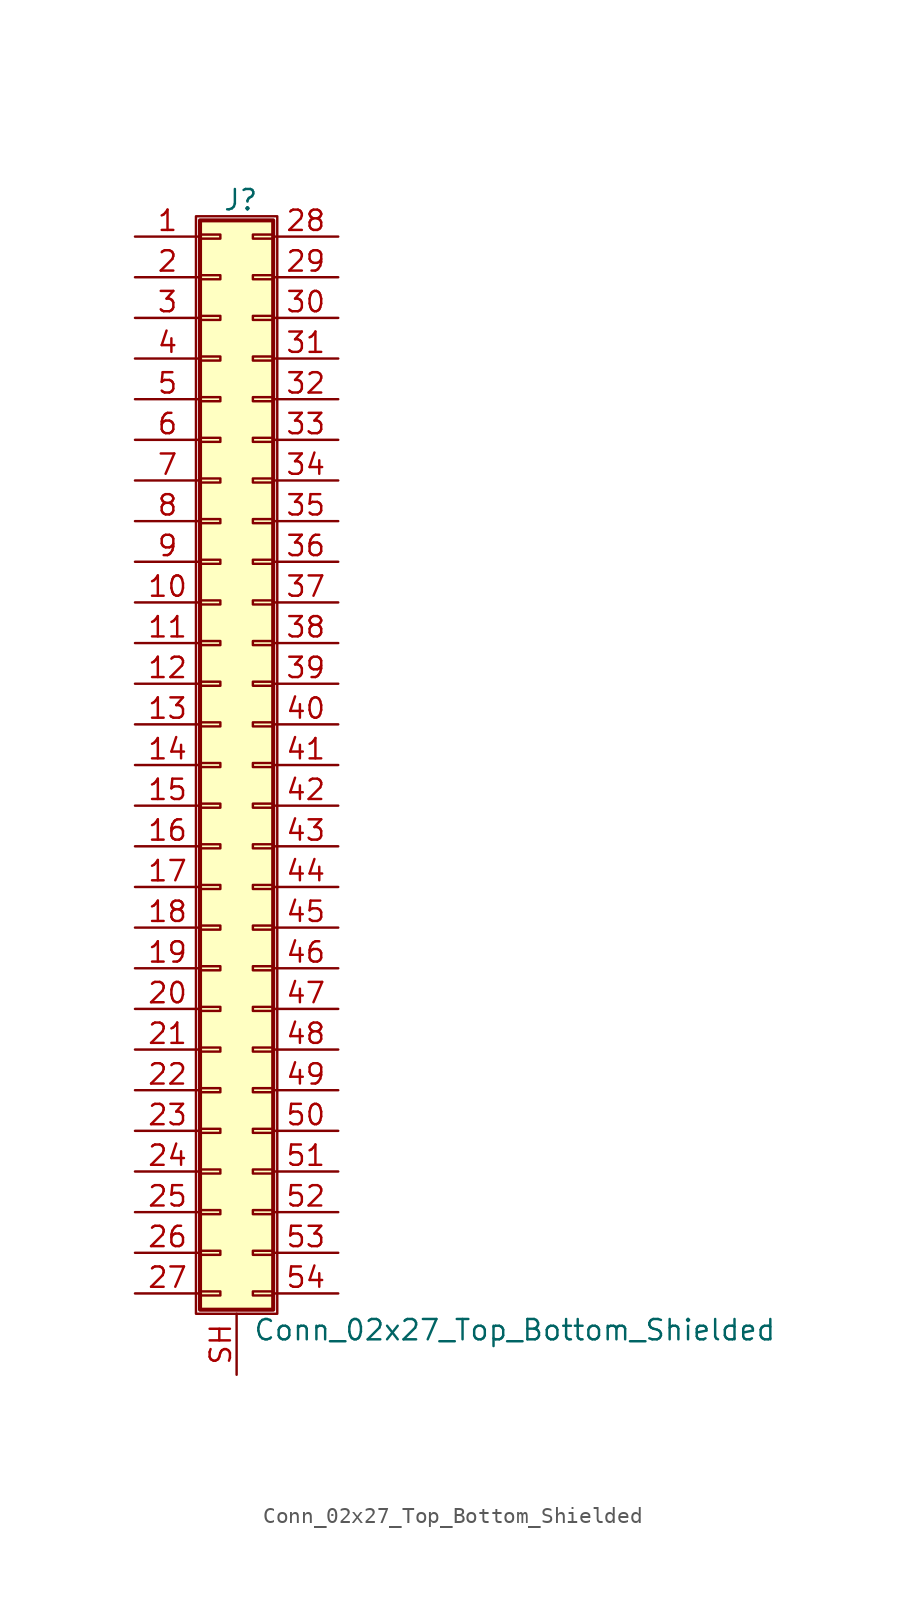
<source format=kicad_sym>
(kicad_symbol_lib
  (version 20201005)
  (generator kicad_symbol_editor)
  (symbol "Conn_02x27_Top_Bottom_Shielded"
    (pin_names
      (offset 1.016) hide)
    (property "Reference" "J"
      (at 1.524 35.306 0)
      (effects (font (size 1.27 1.27))))
    (property "Value" "Conn_02x27_Top_Bottom_Shielded"
      (at 2.286 -35.306 0)
      (effects (font (size 1.27 1.27)) (justify left)))
    (symbol "Conn_02x27_Top_Bottom_Shielded_1_1"
      (rectangle (start -1.27 34.29) (end 3.81 -34.29) (stroke (width 0.152)) (fill (type none)))
      (rectangle (start -1.016 -32.893) (end 0.254 -33.147) (stroke (width 0.152)) (fill (type none)))
      (rectangle (start -1.016 -30.353) (end 0.254 -30.607) (stroke (width 0.152)) (fill (type none)))
      (rectangle (start -1.016 -27.813) (end 0.254 -28.067) (stroke (width 0.152)) (fill (type none)))
      (rectangle (start -1.016 -25.273) (end 0.254 -25.527) (stroke (width 0.152)) (fill (type none)))
      (rectangle (start -1.016 -22.733) (end 0.254 -22.987) (stroke (width 0.152)) (fill (type none)))
      (rectangle (start -1.016 -20.193) (end 0.254 -20.447) (stroke (width 0.152)) (fill (type none)))
      (rectangle (start -1.016 -17.653) (end 0.254 -17.907) (stroke (width 0.152)) (fill (type none)))
      (rectangle (start -1.016 -15.113) (end 0.254 -15.367) (stroke (width 0.152)) (fill (type none)))
      (rectangle (start -1.016 -12.573) (end 0.254 -12.827) (stroke (width 0.152)) (fill (type none)))
      (rectangle (start -1.016 -10.033) (end 0.254 -10.287) (stroke (width 0.152)) (fill (type none)))
      (rectangle (start -1.016 -7.493) (end 0.254 -7.747) (stroke (width 0.152)) (fill (type none)))
      (rectangle (start -1.016 -4.953) (end 0.254 -5.207) (stroke (width 0.152)) (fill (type none)))
      (rectangle (start -1.016 -2.413) (end 0.254 -2.667) (stroke (width 0.152)) (fill (type none)))
      (rectangle (start -1.016 0.127) (end 0.254 -0.127) (stroke (width 0.152)) (fill (type none)))
      (rectangle (start -1.016 2.667) (end 0.254 2.413) (stroke (width 0.152)) (fill (type none)))
      (rectangle (start -1.016 5.207) (end 0.254 4.953) (stroke (width 0.152)) (fill (type none)))
      (rectangle (start -1.016 7.747) (end 0.254 7.493) (stroke (width 0.152)) (fill (type none)))
      (rectangle (start -1.016 10.287) (end 0.254 10.033) (stroke (width 0.152)) (fill (type none)))
      (rectangle (start -1.016 12.827) (end 0.254 12.573) (stroke (width 0.152)) (fill (type none)))
      (rectangle (start -1.016 15.367) (end 0.254 15.113) (stroke (width 0.152)) (fill (type none)))
      (rectangle (start -1.016 17.907) (end 0.254 17.653) (stroke (width 0.152)) (fill (type none)))
      (rectangle (start -1.016 20.447) (end 0.254 20.193) (stroke (width 0.152)) (fill (type none)))
      (rectangle (start -1.016 22.987) (end 0.254 22.733) (stroke (width 0.152)) (fill (type none)))
      (rectangle (start -1.016 25.527) (end 0.254 25.273) (stroke (width 0.152)) (fill (type none)))
      (rectangle (start -1.016 28.067) (end 0.254 27.813) (stroke (width 0.152)) (fill (type none)))
      (rectangle (start -1.016 30.607) (end 0.254 30.353) (stroke (width 0.152)) (fill (type none)))
      (rectangle (start -1.016 33.147) (end 0.254 32.893) (stroke (width 0.152)) (fill (type none)))
      (rectangle (start -1.016 34.036) (end 3.556 -34.036) (stroke (width 0.254)) (fill (type background)))
      (rectangle (start 3.556 -32.893) (end 2.286 -33.147) (stroke (width 0.152)) (fill (type none)))
      (rectangle (start 3.556 -30.353) (end 2.286 -30.607) (stroke (width 0.152)) (fill (type none)))
      (rectangle (start 3.556 -27.813) (end 2.286 -28.067) (stroke (width 0.152)) (fill (type none)))
      (rectangle (start 3.556 -25.273) (end 2.286 -25.527) (stroke (width 0.152)) (fill (type none)))
      (rectangle (start 3.556 -22.733) (end 2.286 -22.987) (stroke (width 0.152)) (fill (type none)))
      (rectangle (start 3.556 -20.193) (end 2.286 -20.447) (stroke (width 0.152)) (fill (type none)))
      (rectangle (start 3.556 -17.653) (end 2.286 -17.907) (stroke (width 0.152)) (fill (type none)))
      (rectangle (start 3.556 -15.113) (end 2.286 -15.367) (stroke (width 0.152)) (fill (type none)))
      (rectangle (start 3.556 -12.573) (end 2.286 -12.827) (stroke (width 0.152)) (fill (type none)))
      (rectangle (start 3.556 -10.033) (end 2.286 -10.287) (stroke (width 0.152)) (fill (type none)))
      (rectangle (start 3.556 -7.493) (end 2.286 -7.747) (stroke (width 0.152)) (fill (type none)))
      (rectangle (start 3.556 -4.953) (end 2.286 -5.207) (stroke (width 0.152)) (fill (type none)))
      (rectangle (start 3.556 -2.413) (end 2.286 -2.667) (stroke (width 0.152)) (fill (type none)))
      (rectangle (start 3.556 0.127) (end 2.286 -0.127) (stroke (width 0.152)) (fill (type none)))
      (rectangle (start 3.556 2.667) (end 2.286 2.413) (stroke (width 0.152)) (fill (type none)))
      (rectangle (start 3.556 5.207) (end 2.286 4.953) (stroke (width 0.152)) (fill (type none)))
      (rectangle (start 3.556 7.747) (end 2.286 7.493) (stroke (width 0.152)) (fill (type none)))
      (rectangle (start 3.556 10.287) (end 2.286 10.033) (stroke (width 0.152)) (fill (type none)))
      (rectangle (start 3.556 12.827) (end 2.286 12.573) (stroke (width 0.152)) (fill (type none)))
      (rectangle (start 3.556 15.367) (end 2.286 15.113) (stroke (width 0.152)) (fill (type none)))
      (rectangle (start 3.556 17.907) (end 2.286 17.653) (stroke (width 0.152)) (fill (type none)))
      (rectangle (start 3.556 20.447) (end 2.286 20.193) (stroke (width 0.152)) (fill (type none)))
      (rectangle (start 3.556 22.987) (end 2.286 22.733) (stroke (width 0.152)) (fill (type none)))
      (rectangle (start 3.556 25.527) (end 2.286 25.273) (stroke (width 0.152)) (fill (type none)))
      (rectangle (start 3.556 28.067) (end 2.286 27.813) (stroke (width 0.152)) (fill (type none)))
      (rectangle (start 3.556 30.607) (end 2.286 30.353) (stroke (width 0.152)) (fill (type none)))
      (rectangle (start 3.556 33.147) (end 2.286 32.893) (stroke (width 0.152)) (fill (type none)))
      (pin passive line (at -5.08 33.02 0) (length 4.064) (name "Pin_1" (effects (font (size 1.27 1.27)))) (number "1" (effects (font (size 1.27 1.27)))))
      (pin passive line (at -5.08 10.16 0) (length 4.064) (name "Pin_10" (effects (font (size 1.27 1.27)))) (number "10" (effects (font (size 1.27 1.27)))))
      (pin passive line (at -5.08 7.62 0) (length 4.064) (name "Pin_11" (effects (font (size 1.27 1.27)))) (number "11" (effects (font (size 1.27 1.27)))))
      (pin passive line (at -5.08 5.08 0) (length 4.064) (name "Pin_12" (effects (font (size 1.27 1.27)))) (number "12" (effects (font (size 1.27 1.27)))))
      (pin passive line (at -5.08 2.54 0) (length 4.064) (name "Pin_13" (effects (font (size 1.27 1.27)))) (number "13" (effects (font (size 1.27 1.27)))))
      (pin passive line (at -5.08 0 0) (length 4.064) (name "Pin_14" (effects (font (size 1.27 1.27)))) (number "14" (effects (font (size 1.27 1.27)))))
      (pin passive line (at -5.08 -2.54 0) (length 4.064) (name "Pin_15" (effects (font (size 1.27 1.27)))) (number "15" (effects (font (size 1.27 1.27)))))
      (pin passive line (at -5.08 -5.08 0) (length 4.064) (name "Pin_16" (effects (font (size 1.27 1.27)))) (number "16" (effects (font (size 1.27 1.27)))))
      (pin passive line (at -5.08 -7.62 0) (length 4.064) (name "Pin_17" (effects (font (size 1.27 1.27)))) (number "17" (effects (font (size 1.27 1.27)))))
      (pin passive line (at -5.08 -10.16 0) (length 4.064) (name "Pin_18" (effects (font (size 1.27 1.27)))) (number "18" (effects (font (size 1.27 1.27)))))
      (pin passive line (at -5.08 -12.7 0) (length 4.064) (name "Pin_19" (effects (font (size 1.27 1.27)))) (number "19" (effects (font (size 1.27 1.27)))))
      (pin passive line (at -5.08 30.48 0) (length 4.064) (name "Pin_2" (effects (font (size 1.27 1.27)))) (number "2" (effects (font (size 1.27 1.27)))))
      (pin passive line (at -5.08 -15.24 0) (length 4.064) (name "Pin_20" (effects (font (size 1.27 1.27)))) (number "20" (effects (font (size 1.27 1.27)))))
      (pin passive line (at -5.08 -17.78 0) (length 4.064) (name "Pin_21" (effects (font (size 1.27 1.27)))) (number "21" (effects (font (size 1.27 1.27)))))
      (pin passive line (at -5.08 -20.32 0) (length 4.064) (name "Pin_22" (effects (font (size 1.27 1.27)))) (number "22" (effects (font (size 1.27 1.27)))))
      (pin passive line (at -5.08 -22.86 0) (length 4.064) (name "Pin_23" (effects (font (size 1.27 1.27)))) (number "23" (effects (font (size 1.27 1.27)))))
      (pin passive line (at -5.08 -25.4 0) (length 4.064) (name "Pin_24" (effects (font (size 1.27 1.27)))) (number "24" (effects (font (size 1.27 1.27)))))
      (pin passive line (at -5.08 -27.94 0) (length 4.064) (name "Pin_25" (effects (font (size 1.27 1.27)))) (number "25" (effects (font (size 1.27 1.27)))))
      (pin passive line (at -5.08 -30.48 0) (length 4.064) (name "Pin_26" (effects (font (size 1.27 1.27)))) (number "26" (effects (font (size 1.27 1.27)))))
      (pin passive line (at -5.08 -33.02 0) (length 4.064) (name "Pin_27" (effects (font (size 1.27 1.27)))) (number "27" (effects (font (size 1.27 1.27)))))
      (pin passive line (at 7.62 33.02 180) (length 4.064) (name "Pin_28" (effects (font (size 1.27 1.27)))) (number "28" (effects (font (size 1.27 1.27)))))
      (pin passive line (at 7.62 30.48 180) (length 4.064) (name "Pin_29" (effects (font (size 1.27 1.27)))) (number "29" (effects (font (size 1.27 1.27)))))
      (pin passive line (at -5.08 27.94 0) (length 4.064) (name "Pin_3" (effects (font (size 1.27 1.27)))) (number "3" (effects (font (size 1.27 1.27)))))
      (pin passive line (at 7.62 27.94 180) (length 4.064) (name "Pin_30" (effects (font (size 1.27 1.27)))) (number "30" (effects (font (size 1.27 1.27)))))
      (pin passive line (at 7.62 25.4 180) (length 4.064) (name "Pin_31" (effects (font (size 1.27 1.27)))) (number "31" (effects (font (size 1.27 1.27)))))
      (pin passive line (at 7.62 22.86 180) (length 4.064) (name "Pin_32" (effects (font (size 1.27 1.27)))) (number "32" (effects (font (size 1.27 1.27)))))
      (pin passive line (at 7.62 20.32 180) (length 4.064) (name "Pin_33" (effects (font (size 1.27 1.27)))) (number "33" (effects (font (size 1.27 1.27)))))
      (pin passive line (at 7.62 17.78 180) (length 4.064) (name "Pin_34" (effects (font (size 1.27 1.27)))) (number "34" (effects (font (size 1.27 1.27)))))
      (pin passive line (at 7.62 15.24 180) (length 4.064) (name "Pin_35" (effects (font (size 1.27 1.27)))) (number "35" (effects (font (size 1.27 1.27)))))
      (pin passive line (at 7.62 12.7 180) (length 4.064) (name "Pin_36" (effects (font (size 1.27 1.27)))) (number "36" (effects (font (size 1.27 1.27)))))
      (pin passive line (at 7.62 10.16 180) (length 4.064) (name "Pin_37" (effects (font (size 1.27 1.27)))) (number "37" (effects (font (size 1.27 1.27)))))
      (pin passive line (at 7.62 7.62 180) (length 4.064) (name "Pin_38" (effects (font (size 1.27 1.27)))) (number "38" (effects (font (size 1.27 1.27)))))
      (pin passive line (at 7.62 5.08 180) (length 4.064) (name "Pin_39" (effects (font (size 1.27 1.27)))) (number "39" (effects (font (size 1.27 1.27)))))
      (pin passive line (at -5.08 25.4 0) (length 4.064) (name "Pin_4" (effects (font (size 1.27 1.27)))) (number "4" (effects (font (size 1.27 1.27)))))
      (pin passive line (at 7.62 2.54 180) (length 4.064) (name "Pin_40" (effects (font (size 1.27 1.27)))) (number "40" (effects (font (size 1.27 1.27)))))
      (pin passive line (at 7.62 0 180) (length 4.064) (name "Pin_41" (effects (font (size 1.27 1.27)))) (number "41" (effects (font (size 1.27 1.27)))))
      (pin passive line (at 7.62 -2.54 180) (length 4.064) (name "Pin_42" (effects (font (size 1.27 1.27)))) (number "42" (effects (font (size 1.27 1.27)))))
      (pin passive line (at 7.62 -5.08 180) (length 4.064) (name "Pin_43" (effects (font (size 1.27 1.27)))) (number "43" (effects (font (size 1.27 1.27)))))
      (pin passive line (at 7.62 -7.62 180) (length 4.064) (name "Pin_44" (effects (font (size 1.27 1.27)))) (number "44" (effects (font (size 1.27 1.27)))))
      (pin passive line (at 7.62 -10.16 180) (length 4.064) (name "Pin_45" (effects (font (size 1.27 1.27)))) (number "45" (effects (font (size 1.27 1.27)))))
      (pin passive line (at 7.62 -12.7 180) (length 4.064) (name "Pin_46" (effects (font (size 1.27 1.27)))) (number "46" (effects (font (size 1.27 1.27)))))
      (pin passive line (at 7.62 -15.24 180) (length 4.064) (name "Pin_47" (effects (font (size 1.27 1.27)))) (number "47" (effects (font (size 1.27 1.27)))))
      (pin passive line (at 7.62 -17.78 180) (length 4.064) (name "Pin_48" (effects (font (size 1.27 1.27)))) (number "48" (effects (font (size 1.27 1.27)))))
      (pin passive line (at 7.62 -20.32 180) (length 4.064) (name "Pin_49" (effects (font (size 1.27 1.27)))) (number "49" (effects (font (size 1.27 1.27)))))
      (pin passive line (at -5.08 22.86 0) (length 4.064) (name "Pin_5" (effects (font (size 1.27 1.27)))) (number "5" (effects (font (size 1.27 1.27)))))
      (pin passive line (at 7.62 -22.86 180) (length 4.064) (name "Pin_50" (effects (font (size 1.27 1.27)))) (number "50" (effects (font (size 1.27 1.27)))))
      (pin passive line (at 7.62 -25.4 180) (length 4.064) (name "Pin_51" (effects (font (size 1.27 1.27)))) (number "51" (effects (font (size 1.27 1.27)))))
      (pin passive line (at 7.62 -27.94 180) (length 4.064) (name "Pin_52" (effects (font (size 1.27 1.27)))) (number "52" (effects (font (size 1.27 1.27)))))
      (pin passive line (at 7.62 -30.48 180) (length 4.064) (name "Pin_53" (effects (font (size 1.27 1.27)))) (number "53" (effects (font (size 1.27 1.27)))))
      (pin passive line (at 7.62 -33.02 180) (length 4.064) (name "Pin_54" (effects (font (size 1.27 1.27)))) (number "54" (effects (font (size 1.27 1.27)))))
      (pin passive line (at -5.08 20.32 0) (length 4.064) (name "Pin_6" (effects (font (size 1.27 1.27)))) (number "6" (effects (font (size 1.27 1.27)))))
      (pin passive line (at -5.08 17.78 0) (length 4.064) (name "Pin_7" (effects (font (size 1.27 1.27)))) (number "7" (effects (font (size 1.27 1.27)))))
      (pin passive line (at -5.08 15.24 0) (length 4.064) (name "Pin_8" (effects (font (size 1.27 1.27)))) (number "8" (effects (font (size 1.27 1.27)))))
      (pin passive line (at -5.08 12.7 0) (length 4.064) (name "Pin_9" (effects (font (size 1.27 1.27)))) (number "9" (effects (font (size 1.27 1.27)))))
      (pin passive line (at 1.27 -38.1 90) (length 3.81) (name "Shield" (effects (font (size 1.27 1.27)))) (number "SH" (effects (font (size 1.27 1.27))))))))
</source>
